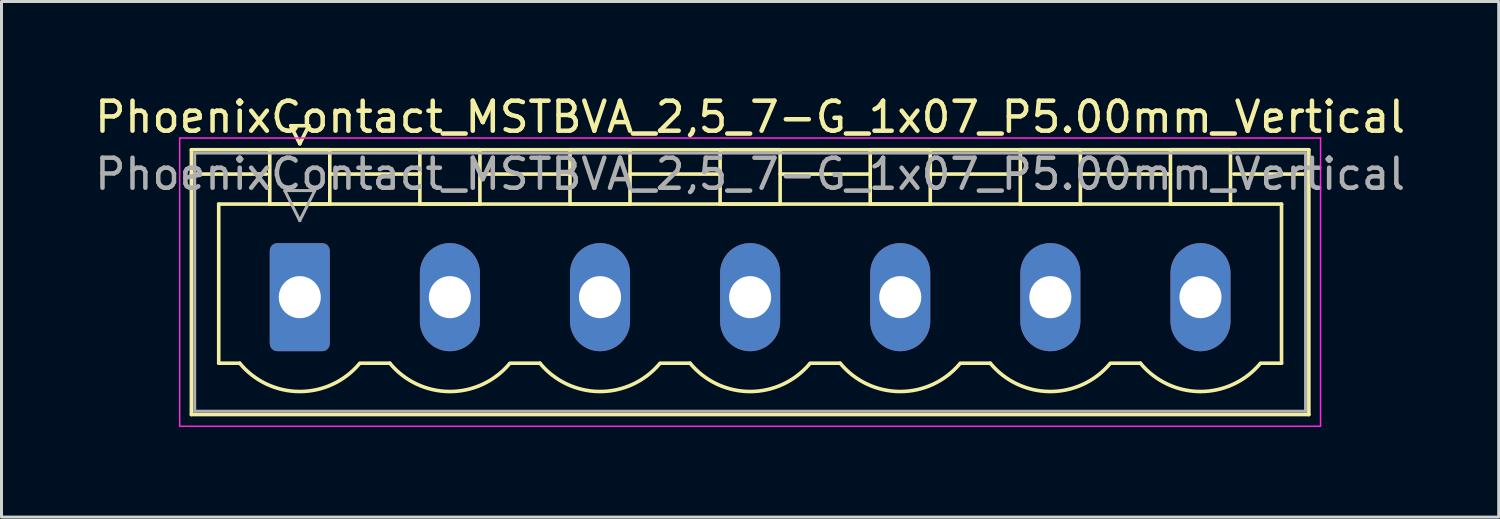
<source format=kicad_pcb>
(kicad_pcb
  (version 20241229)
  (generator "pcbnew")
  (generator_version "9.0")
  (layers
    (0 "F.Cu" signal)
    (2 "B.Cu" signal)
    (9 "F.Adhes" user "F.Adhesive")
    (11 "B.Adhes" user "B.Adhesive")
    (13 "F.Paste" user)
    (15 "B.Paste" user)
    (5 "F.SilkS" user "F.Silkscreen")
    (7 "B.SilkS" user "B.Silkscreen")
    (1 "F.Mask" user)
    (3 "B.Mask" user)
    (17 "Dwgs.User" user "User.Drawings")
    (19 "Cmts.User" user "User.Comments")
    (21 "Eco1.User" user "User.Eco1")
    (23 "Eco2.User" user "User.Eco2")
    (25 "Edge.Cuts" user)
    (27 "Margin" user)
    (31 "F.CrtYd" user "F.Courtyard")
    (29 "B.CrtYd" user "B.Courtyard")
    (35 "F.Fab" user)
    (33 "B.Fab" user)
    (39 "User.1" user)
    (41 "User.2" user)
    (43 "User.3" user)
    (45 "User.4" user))
  (footprint "PhoenixContact_MSTBVA_2,5_7-G_1x07_P5.00mm_Vertical"
    (layer "F.Cu")
    (at 6.935 6.848)
    (property "Reference" "PhoenixContact_MSTBVA_2,5_7-G_1x07_P5.00mm_Vertical" (at 15 -6 0) (layer "F.SilkS") (effects (font (size 1 1) (thickness 0.15))))
    (attr through_hole)
    (fp_line (start -3.61 -4.91) (end -3.61 3.91) (stroke (width 0.12) (type solid)) (layer "F.SilkS"))
    (fp_line (start -3.61 -4.1) (end -1.11 -4.1) (stroke (width 0.12) (type solid)) (layer "F.SilkS"))
    (fp_line (start -3.61 3.91) (end 33.61 3.91) (stroke (width 0.12) (type solid)) (layer "F.SilkS"))
    (fp_line (start -2.7 -3.1) (end 32.7 -3.1) (stroke (width 0.12) (type solid)) (layer "F.SilkS"))
    (fp_line (start -2.7 2.2) (end -2.7 -3.1) (stroke (width 0.12) (type solid)) (layer "F.SilkS"))
    (fp_line (start -2 2.2) (end -2.7 2.2) (stroke (width 0.12) (type solid)) (layer "F.SilkS"))
    (fp_line (start -1 -4.91) (end 1 -4.91) (stroke (width 0.12) (type solid)) (layer "F.SilkS"))
    (fp_line (start -1 -3.1) (end -1 -4.91) (stroke (width 0.12) (type solid)) (layer "F.SilkS"))
    (fp_line (start -0.3 -5.71) (end 0.3 -5.71) (stroke (width 0.12) (type solid)) (layer "F.SilkS"))
    (fp_line (start 0 -5.11) (end -0.3 -5.71) (stroke (width 0.12) (type solid)) (layer "F.SilkS"))
    (fp_line (start 0.3 -5.71) (end 0 -5.11) (stroke (width 0.12) (type solid)) (layer "F.SilkS"))
    (fp_line (start 1 -4.91) (end 1 -3.1) (stroke (width 0.12) (type solid)) (layer "F.SilkS"))
    (fp_line (start 1 -4.1) (end 4 -4.1) (stroke (width 0.12) (type solid)) (layer "F.SilkS"))
    (fp_line (start 1 -3.1) (end -1 -3.1) (stroke (width 0.12) (type solid)) (layer "F.SilkS"))
    (fp_line (start 2 2.2) (end 3 2.2) (stroke (width 0.12) (type solid)) (layer "F.SilkS"))
    (fp_line (start 4 -4.91) (end 6 -4.91) (stroke (width 0.12) (type solid)) (layer "F.SilkS"))
    (fp_line (start 4 -3.1) (end 4 -4.91) (stroke (width 0.12) (type solid)) (layer "F.SilkS"))
    (fp_line (start 6 -4.91) (end 6 -3.1) (stroke (width 0.12) (type solid)) (layer "F.SilkS"))
    (fp_line (start 6 -4.1) (end 9 -4.1) (stroke (width 0.12) (type solid)) (layer "F.SilkS"))
    (fp_line (start 6 -3.1) (end 4 -3.1) (stroke (width 0.12) (type solid)) (layer "F.SilkS"))
    (fp_line (start 7 2.2) (end 8 2.2) (stroke (width 0.12) (type solid)) (layer "F.SilkS"))
    (fp_line (start 9 -4.91) (end 11 -4.91) (stroke (width 0.12) (type solid)) (layer "F.SilkS"))
    (fp_line (start 9 -3.1) (end 9 -4.91) (stroke (width 0.12) (type solid)) (layer "F.SilkS"))
    (fp_line (start 11 -4.91) (end 11 -3.1) (stroke (width 0.12) (type solid)) (layer "F.SilkS"))
    (fp_line (start 11 -4.1) (end 14 -4.1) (stroke (width 0.12) (type solid)) (layer "F.SilkS"))
    (fp_line (start 11 -3.1) (end 9 -3.1) (stroke (width 0.12) (type solid)) (layer "F.SilkS"))
    (fp_line (start 12 2.2) (end 13 2.2) (stroke (width 0.12) (type solid)) (layer "F.SilkS"))
    (fp_line (start 14 -4.91) (end 16 -4.91) (stroke (width 0.12) (type solid)) (layer "F.SilkS"))
    (fp_line (start 14 -3.1) (end 14 -4.91) (stroke (width 0.12) (type solid)) (layer "F.SilkS"))
    (fp_line (start 16 -4.91) (end 16 -3.1) (stroke (width 0.12) (type solid)) (layer "F.SilkS"))
    (fp_line (start 16 -4.1) (end 19 -4.1) (stroke (width 0.12) (type solid)) (layer "F.SilkS"))
    (fp_line (start 16 -3.1) (end 14 -3.1) (stroke (width 0.12) (type solid)) (layer "F.SilkS"))
    (fp_line (start 17 2.2) (end 18 2.2) (stroke (width 0.12) (type solid)) (layer "F.SilkS"))
    (fp_line (start 19 -4.91) (end 21 -4.91) (stroke (width 0.12) (type solid)) (layer "F.SilkS"))
    (fp_line (start 19 -3.1) (end 19 -4.91) (stroke (width 0.12) (type solid)) (layer "F.SilkS"))
    (fp_line (start 21 -4.91) (end 21 -3.1) (stroke (width 0.12) (type solid)) (layer "F.SilkS"))
    (fp_line (start 21 -4.1) (end 24 -4.1) (stroke (width 0.12) (type solid)) (layer "F.SilkS"))
    (fp_line (start 21 -3.1) (end 19 -3.1) (stroke (width 0.12) (type solid)) (layer "F.SilkS"))
    (fp_line (start 22 2.2) (end 23 2.2) (stroke (width 0.12) (type solid)) (layer "F.SilkS"))
    (fp_line (start 24 -4.91) (end 26 -4.91) (stroke (width 0.12) (type solid)) (layer "F.SilkS"))
    (fp_line (start 24 -3.1) (end 24 -4.91) (stroke (width 0.12) (type solid)) (layer "F.SilkS"))
    (fp_line (start 26 -4.91) (end 26 -3.1) (stroke (width 0.12) (type solid)) (layer "F.SilkS"))
    (fp_line (start 26 -4.1) (end 29 -4.1) (stroke (width 0.12) (type solid)) (layer "F.SilkS"))
    (fp_line (start 26 -3.1) (end 24 -3.1) (stroke (width 0.12) (type solid)) (layer "F.SilkS"))
    (fp_line (start 27 2.2) (end 28 2.2) (stroke (width 0.12) (type solid)) (layer "F.SilkS"))
    (fp_line (start 29 -4.91) (end 31 -4.91) (stroke (width 0.12) (type solid)) (layer "F.SilkS"))
    (fp_line (start 29 -3.1) (end 29 -4.91) (stroke (width 0.12) (type solid)) (layer "F.SilkS"))
    (fp_line (start 31 -4.91) (end 31 -3.1) (stroke (width 0.12) (type solid)) (layer "F.SilkS"))
    (fp_line (start 31 -3.1) (end 29 -3.1) (stroke (width 0.12) (type solid)) (layer "F.SilkS"))
    (fp_line (start 32.7 -3.1) (end 32.7 2.2) (stroke (width 0.12) (type solid)) (layer "F.SilkS"))
    (fp_line (start 32.7 2.2) (end 32 2.2) (stroke (width 0.12) (type solid)) (layer "F.SilkS"))
    (fp_line (start 33.61 -4.91) (end -3.61 -4.91) (stroke (width 0.12) (type solid)) (layer "F.SilkS"))
    (fp_line (start 33.61 -4.1) (end 31.11 -4.1) (stroke (width 0.12) (type solid)) (layer "F.SilkS"))
    (fp_line (start 33.61 3.91) (end 33.61 -4.91) (stroke (width 0.12) (type solid)) (layer "F.SilkS"))
    (fp_arc (start 1.986842 2.215821) (mid -0.010289 3.142758) (end -2 2.2) (stroke (width 0.12) (type solid)) (layer "F.SilkS"))
    (fp_arc (start 6.986842 2.215821) (mid 4.989711 3.142758) (end 3 2.2) (stroke (width 0.12) (type solid)) (layer "F.SilkS"))
    (fp_arc (start 11.986842 2.215821) (mid 9.989711 3.142758) (end 8 2.2) (stroke (width 0.12) (type solid)) (layer "F.SilkS"))
    (fp_arc (start 16.986842 2.215821) (mid 14.989711 3.142758) (end 13 2.2) (stroke (width 0.12) (type solid)) (layer "F.SilkS"))
    (fp_arc (start 21.986842 2.215821) (mid 19.989711 3.142758) (end 18 2.2) (stroke (width 0.12) (type solid)) (layer "F.SilkS"))
    (fp_arc (start 26.986842 2.215821) (mid 24.989711 3.142758) (end 23 2.2) (stroke (width 0.12) (type solid)) (layer "F.SilkS"))
    (fp_arc (start 31.986842 2.215821) (mid 29.989711 3.142758) (end 28 2.2) (stroke (width 0.12) (type solid)) (layer "F.SilkS"))
    (fp_line (start -4 -5.3) (end -4 4.3) (stroke (width 0.05) (type solid)) (layer "F.CrtYd"))
    (fp_line (start -4 4.3) (end 34 4.3) (stroke (width 0.05) (type solid)) (layer "F.CrtYd"))
    (fp_line (start 34 -5.3) (end -4 -5.3) (stroke (width 0.05) (type solid)) (layer "F.CrtYd"))
    (fp_line (start 34 4.3) (end 34 -5.3) (stroke (width 0.05) (type solid)) (layer "F.CrtYd"))
    (fp_line (start -3.5 -4.8) (end -3.5 3.8) (stroke (width 0.1) (type solid)) (layer "F.Fab"))
    (fp_line (start -3.5 3.8) (end 33.5 3.8) (stroke (width 0.1) (type solid)) (layer "F.Fab"))
    (fp_line (start -0.5 -3.55) (end 0.5 -3.55) (stroke (width 0.1) (type solid)) (layer "F.Fab"))
    (fp_line (start 0 -2.55) (end -0.5 -3.55) (stroke (width 0.1) (type solid)) (layer "F.Fab"))
    (fp_line (start 0.5 -3.55) (end 0 -2.55) (stroke (width 0.1) (type solid)) (layer "F.Fab"))
    (fp_line (start 33.5 -4.8) (end -3.5 -4.8) (stroke (width 0.1) (type solid)) (layer "F.Fab"))
    (fp_line (start 33.5 3.8) (end 33.5 -4.8) (stroke (width 0.1) (type solid)) (layer "F.Fab"))
    (fp_text user "${REFERENCE}" (at 15 -4.1 0) (layer "F.Fab") (effects (font (size 1 1) (thickness 0.15))))
    (pad "1" thru_hole roundrect (at 0 0) (size 2 3.6) (drill 1.4) (layers "*.Cu" "*.Mask") (roundrect_rratio 0.125))
    (pad "2" thru_hole oval (at 5 0) (size 2 3.6) (drill 1.4) (layers "*.Cu" "*.Mask"))
    (pad "3" thru_hole oval (at 10 0) (size 2 3.6) (drill 1.4) (layers "*.Cu" "*.Mask"))
    (pad "4" thru_hole oval (at 15 0) (size 2 3.6) (drill 1.4) (layers "*.Cu" "*.Mask"))
    (pad "5" thru_hole oval (at 20 0) (size 2 3.6) (drill 1.4) (layers "*.Cu" "*.Mask"))
    (pad "6" thru_hole oval (at 25 0) (size 2 3.6) (drill 1.4) (layers "*.Cu" "*.Mask"))
    (pad "7" thru_hole oval (at 30 0) (size 2 3.6) (drill 1.4) (layers "*.Cu" "*.Mask")))
  (gr_rect
    (start -3 -3)
    (end 46.869 14.173)
    (stroke (width 0.1) (type default))
    (fill no)
    (layer "Edge.Cuts")))
</source>
